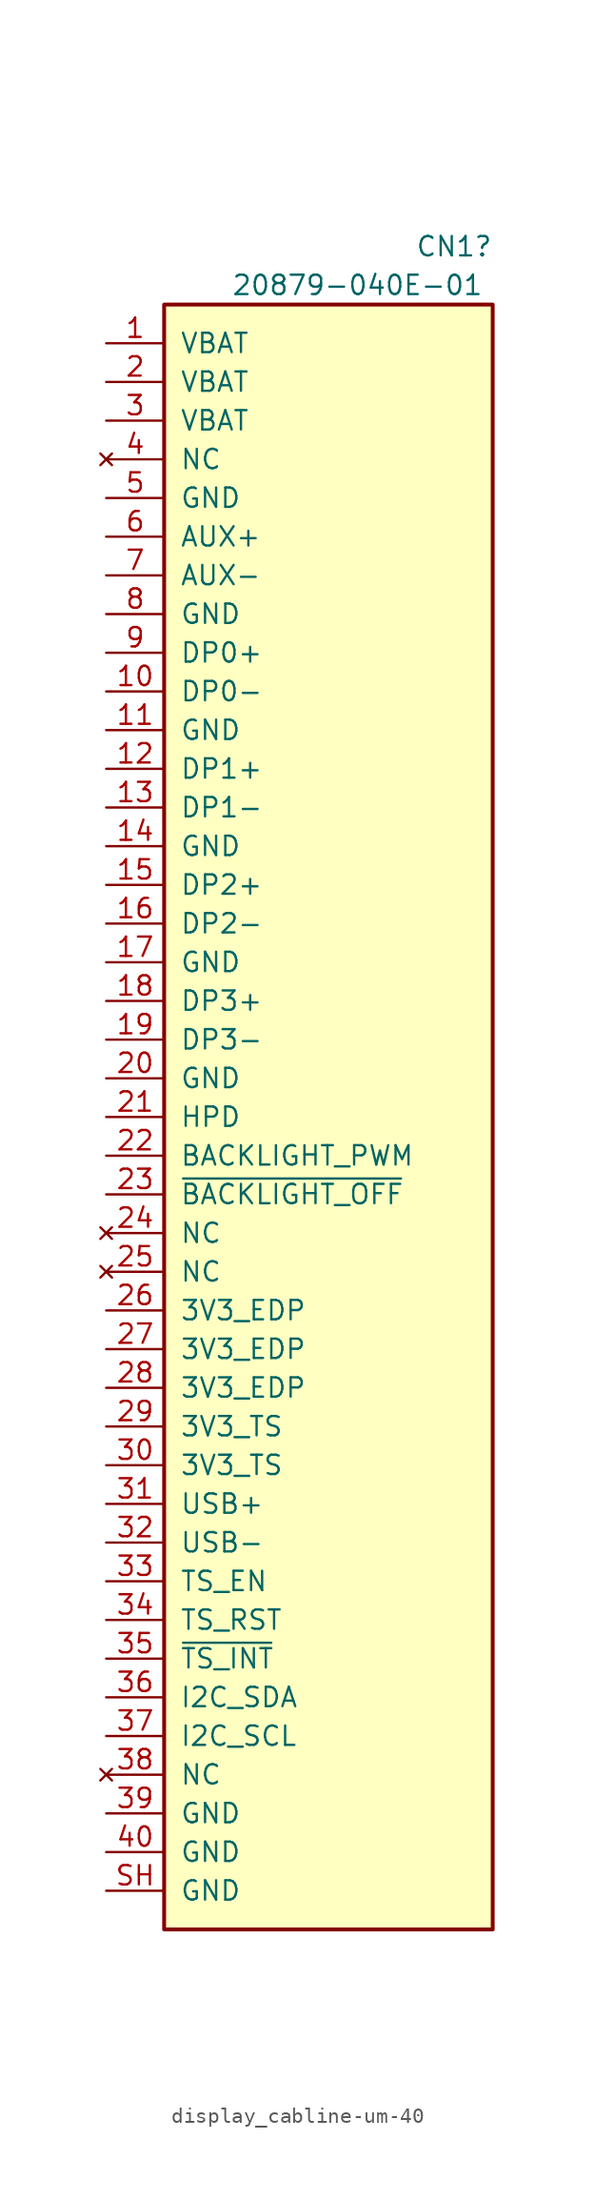
<source format=kicad_sym>
(kicad_symbol_lib
  (version 20220914)
  (generator kicad_symbol_editor)
  (symbol "display_cabline-um-40"
    (pin_names
      (offset 1.016))
    (property "Reference" "CN1"
      (at 17.78 54.61 0)
      (effects (font (size 1.27 1.27))))
    (property "Value" "20879-040E-01"
      (at 11.43 52.07 0)
      (effects (font (size 1.27 1.27))))
    (symbol "display_cabline-um-40_1_1"
      (rectangle (start -1.27 50.8) (end 20.32 -55.88) (stroke (width 0.254) (type default)) (fill (type background)))
      (pin power_in line (at -5.08 48.26 0) (length 3.81) (name "VBAT" (effects (font (size 1.27 1.27)))) (number "1" (effects (font (size 1.27 1.27)))))
      (pin input line (at -5.08 25.4 0) (length 3.81) (name "DP0-" (effects (font (size 1.27 1.27)))) (number "10" (effects (font (size 1.27 1.27)))))
      (pin power_in line (at -5.08 22.86 0) (length 3.81) (name "GND" (effects (font (size 1.27 1.27)))) (number "11" (effects (font (size 1.27 1.27)))))
      (pin input line (at -5.08 20.32 0) (length 3.81) (name "DP1+" (effects (font (size 1.27 1.27)))) (number "12" (effects (font (size 1.27 1.27)))))
      (pin input line (at -5.08 17.78 0) (length 3.81) (name "DP1-" (effects (font (size 1.27 1.27)))) (number "13" (effects (font (size 1.27 1.27)))))
      (pin power_in line (at -5.08 15.24 0) (length 3.81) (name "GND" (effects (font (size 1.27 1.27)))) (number "14" (effects (font (size 1.27 1.27)))))
      (pin power_in line (at -5.08 12.7 0) (length 3.81) (name "DP2+" (effects (font (size 1.27 1.27)))) (number "15" (effects (font (size 1.27 1.27)))))
      (pin power_in line (at -5.08 10.16 0) (length 3.81) (name "DP2-" (effects (font (size 1.27 1.27)))) (number "16" (effects (font (size 1.27 1.27)))))
      (pin power_in line (at -5.08 7.62 0) (length 3.81) (name "GND" (effects (font (size 1.27 1.27)))) (number "17" (effects (font (size 1.27 1.27)))))
      (pin input line (at -5.08 5.08 0) (length 3.81) (name "DP3+" (effects (font (size 1.27 1.27)))) (number "18" (effects (font (size 1.27 1.27)))))
      (pin input line (at -5.08 2.54 0) (length 3.81) (name "DP3-" (effects (font (size 1.27 1.27)))) (number "19" (effects (font (size 1.27 1.27)))))
      (pin power_in line (at -5.08 45.72 0) (length 3.81) (name "VBAT" (effects (font (size 1.27 1.27)))) (number "2" (effects (font (size 1.27 1.27)))))
      (pin power_in line (at -5.08 0 0) (length 3.81) (name "GND" (effects (font (size 1.27 1.27)))) (number "20" (effects (font (size 1.27 1.27)))))
      (pin passive line (at -5.08 -2.54 0) (length 3.81) (name "HPD" (effects (font (size 1.27 1.27)))) (number "21" (effects (font (size 1.27 1.27)))))
      (pin input line (at -5.08 -5.08 0) (length 3.81) (name "BACKLIGHT_PWM" (effects (font (size 1.27 1.27)))) (number "22" (effects (font (size 1.27 1.27)))))
      (pin input line (at -5.08 -7.62 0) (length 3.81) (name "~{BACKLIGHT_OFF}" (effects (font (size 1.27 1.27)))) (number "23" (effects (font (size 1.27 1.27)))))
      (pin no_connect line (at -5.08 -10.16 0) (length 3.81) (name "NC" (effects (font (size 1.27 1.27)))) (number "24" (effects (font (size 1.27 1.27)))))
      (pin no_connect line (at -5.08 -12.7 0) (length 3.81) (name "NC" (effects (font (size 1.27 1.27)))) (number "25" (effects (font (size 1.27 1.27)))))
      (pin power_in line (at -5.08 -15.24 0) (length 3.81) (name "3V3_EDP" (effects (font (size 1.27 1.27)))) (number "26" (effects (font (size 1.27 1.27)))))
      (pin power_in line (at -5.08 -17.78 0) (length 3.81) (name "3V3_EDP" (effects (font (size 1.27 1.27)))) (number "27" (effects (font (size 1.27 1.27)))))
      (pin power_in line (at -5.08 -20.32 0) (length 3.81) (name "3V3_EDP" (effects (font (size 1.27 1.27)))) (number "28" (effects (font (size 1.27 1.27)))))
      (pin power_in line (at -5.08 -22.86 0) (length 3.81) (name "3V3_TS" (effects (font (size 1.27 1.27)))) (number "29" (effects (font (size 1.27 1.27)))))
      (pin power_in line (at -5.08 43.18 0) (length 3.81) (name "VBAT" (effects (font (size 1.27 1.27)))) (number "3" (effects (font (size 1.27 1.27)))))
      (pin power_in line (at -5.08 -25.4 0) (length 3.81) (name "3V3_TS" (effects (font (size 1.27 1.27)))) (number "30" (effects (font (size 1.27 1.27)))))
      (pin bidirectional line (at -5.08 -27.94 0) (length 3.81) (name "USB+" (effects (font (size 1.27 1.27)))) (number "31" (effects (font (size 1.27 1.27)))))
      (pin bidirectional line (at -5.08 -30.48 0) (length 3.81) (name "USB-" (effects (font (size 1.27 1.27)))) (number "32" (effects (font (size 1.27 1.27)))))
      (pin input line (at -5.08 -33.02 0) (length 3.81) (name "TS_EN" (effects (font (size 1.27 1.27)))) (number "33" (effects (font (size 1.27 1.27)))))
      (pin input line (at -5.08 -35.56 0) (length 3.81) (name "TS_RST" (effects (font (size 1.27 1.27)))) (number "34" (effects (font (size 1.27 1.27)))))
      (pin output line (at -5.08 -38.1 0) (length 3.81) (name "~{TS_INT}" (effects (font (size 1.27 1.27)))) (number "35" (effects (font (size 1.27 1.27)))))
      (pin bidirectional line (at -5.08 -40.64 0) (length 3.81) (name "I2C_SDA" (effects (font (size 1.27 1.27)))) (number "36" (effects (font (size 1.27 1.27)))))
      (pin bidirectional line (at -5.08 -43.18 0) (length 3.81) (name "I2C_SCL" (effects (font (size 1.27 1.27)))) (number "37" (effects (font (size 1.27 1.27)))))
      (pin no_connect line (at -5.08 -45.72 0) (length 3.81) (name "NC" (effects (font (size 1.27 1.27)))) (number "38" (effects (font (size 1.27 1.27)))))
      (pin power_in line (at -5.08 -48.26 0) (length 3.81) (name "GND" (effects (font (size 1.27 1.27)))) (number "39" (effects (font (size 1.27 1.27)))))
      (pin no_connect line (at -5.08 40.64 0) (length 3.81) (name "NC" (effects (font (size 1.27 1.27)))) (number "4" (effects (font (size 1.27 1.27)))))
      (pin power_in line (at -5.08 -50.8 0) (length 3.81) (name "GND" (effects (font (size 1.27 1.27)))) (number "40" (effects (font (size 1.27 1.27)))))
      (pin power_in line (at -5.08 38.1 0) (length 3.81) (name "GND" (effects (font (size 1.27 1.27)))) (number "5" (effects (font (size 1.27 1.27)))))
      (pin bidirectional line (at -5.08 35.56 0) (length 3.81) (name "AUX+" (effects (font (size 1.27 1.27)))) (number "6" (effects (font (size 1.27 1.27)))))
      (pin bidirectional line (at -5.08 33.02 0) (length 3.81) (name "AUX-" (effects (font (size 1.27 1.27)))) (number "7" (effects (font (size 1.27 1.27)))))
      (pin power_in line (at -5.08 30.48 0) (length 3.81) (name "GND" (effects (font (size 1.27 1.27)))) (number "8" (effects (font (size 1.27 1.27)))))
      (pin input line (at -5.08 27.94 0) (length 3.81) (name "DP0+" (effects (font (size 1.27 1.27)))) (number "9" (effects (font (size 1.27 1.27)))))
      (pin power_in line (at -5.08 -53.34 0) (length 3.81) (name "GND" (effects (font (size 1.27 1.27)))) (number "SH" (effects (font (size 1.27 1.27))))))))
</source>
